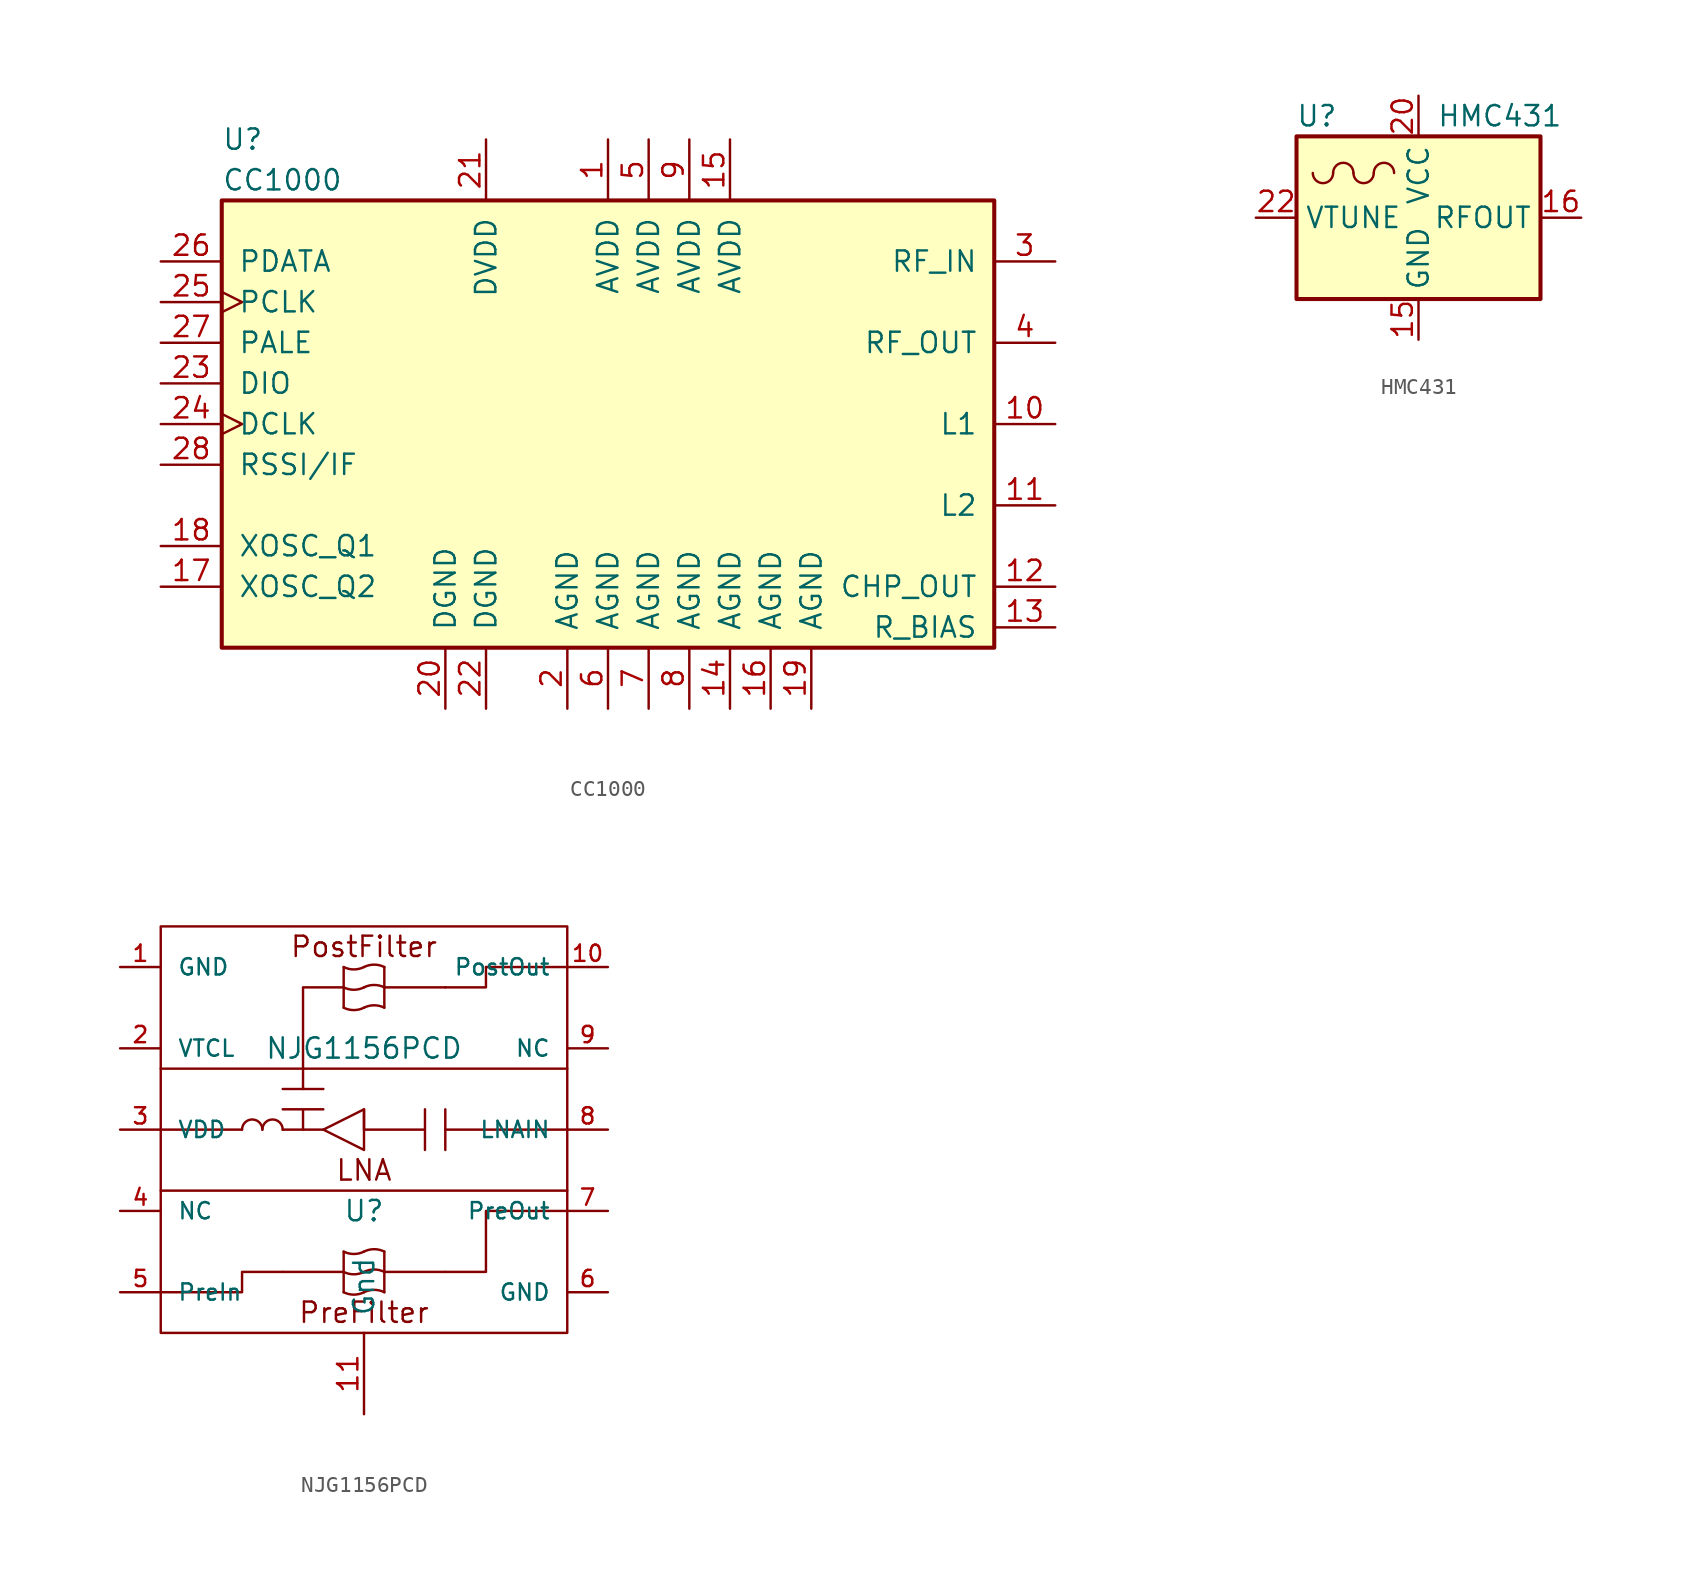
<source format=kicad_sym>
(kicad_symbol_lib
  (version 20211014)
  (generator kicad_symbol_editor)
  (symbol "CC1000"
    (pin_names
      (offset 1.016))
    (property "Reference" "U"
      (at -24.13 17.78 0)
      (effects (font (size 1.27 1.27)) (justify left)))
    (property "Value" "CC1000"
      (at -24.13 15.24 0)
      (effects (font (size 1.27 1.27)) (justify left)))
    (symbol "CC1000_0_1"
      (rectangle (start -24.13 13.97) (end 24.13 -13.97) (stroke (width 0.254) (type default) (color 0 0 0 0)) (fill (type background))))
    (symbol "CC1000_1_1"
      (pin power_in line (at 0 17.78 270) (length 3.81) (name "AVDD" (effects (font (size 1.27 1.27)))) (number "1" (effects (font (size 1.27 1.27)))))
      (pin passive line (at 27.94 0 180) (length 3.81) (name "L1" (effects (font (size 1.27 1.27)))) (number "10" (effects (font (size 1.27 1.27)))))
      (pin passive line (at 27.94 -5.08 180) (length 3.81) (name "L2" (effects (font (size 1.27 1.27)))) (number "11" (effects (font (size 1.27 1.27)))))
      (pin passive line (at 27.94 -10.16 180) (length 3.81) (name "CHP_OUT" (effects (font (size 1.27 1.27)))) (number "12" (effects (font (size 1.27 1.27)))))
      (pin passive line (at 27.94 -12.7 180) (length 3.81) (name "R_BIAS" (effects (font (size 1.27 1.27)))) (number "13" (effects (font (size 1.27 1.27)))))
      (pin power_in line (at 7.62 -17.78 90) (length 3.81) (name "AGND" (effects (font (size 1.27 1.27)))) (number "14" (effects (font (size 1.27 1.27)))))
      (pin power_in line (at 7.62 17.78 270) (length 3.81) (name "AVDD" (effects (font (size 1.27 1.27)))) (number "15" (effects (font (size 1.27 1.27)))))
      (pin power_in line (at 10.16 -17.78 90) (length 3.81) (name "AGND" (effects (font (size 1.27 1.27)))) (number "16" (effects (font (size 1.27 1.27)))))
      (pin passive line (at -27.94 -10.16 0) (length 3.81) (name "XOSC_Q2" (effects (font (size 1.27 1.27)))) (number "17" (effects (font (size 1.27 1.27)))))
      (pin passive line (at -27.94 -7.62 0) (length 3.81) (name "XOSC_Q1" (effects (font (size 1.27 1.27)))) (number "18" (effects (font (size 1.27 1.27)))))
      (pin power_in line (at 12.7 -17.78 90) (length 3.81) (name "AGND" (effects (font (size 1.27 1.27)))) (number "19" (effects (font (size 1.27 1.27)))))
      (pin power_in line (at -2.54 -17.78 90) (length 3.81) (name "AGND" (effects (font (size 1.27 1.27)))) (number "2" (effects (font (size 1.27 1.27)))))
      (pin power_in line (at -10.16 -17.78 90) (length 3.81) (name "DGND" (effects (font (size 1.27 1.27)))) (number "20" (effects (font (size 1.27 1.27)))))
      (pin power_in line (at -7.62 17.78 270) (length 3.81) (name "DVDD" (effects (font (size 1.27 1.27)))) (number "21" (effects (font (size 1.27 1.27)))))
      (pin power_in line (at -7.62 -17.78 90) (length 3.81) (name "DGND" (effects (font (size 1.27 1.27)))) (number "22" (effects (font (size 1.27 1.27)))))
      (pin bidirectional line (at -27.94 2.54 0) (length 3.81) (name "DIO" (effects (font (size 1.27 1.27)))) (number "23" (effects (font (size 1.27 1.27)))))
      (pin output clock (at -27.94 0 0) (length 3.81) (name "DCLK" (effects (font (size 1.27 1.27)))) (number "24" (effects (font (size 1.27 1.27)))))
      (pin input clock (at -27.94 7.62 0) (length 3.81) (name "PCLK" (effects (font (size 1.27 1.27)))) (number "25" (effects (font (size 1.27 1.27)))))
      (pin bidirectional line (at -27.94 10.16 0) (length 3.81) (name "PDATA" (effects (font (size 1.27 1.27)))) (number "26" (effects (font (size 1.27 1.27)))))
      (pin input line (at -27.94 5.08 0) (length 3.81) (name "PALE" (effects (font (size 1.27 1.27)))) (number "27" (effects (font (size 1.27 1.27)))))
      (pin passive line (at -27.94 -2.54 0) (length 3.81) (name "RSSI/IF" (effects (font (size 1.27 1.27)))) (number "28" (effects (font (size 1.27 1.27)))))
      (pin passive line (at 27.94 10.16 180) (length 3.81) (name "RF_IN" (effects (font (size 1.27 1.27)))) (number "3" (effects (font (size 1.27 1.27)))))
      (pin passive line (at 27.94 5.08 180) (length 3.81) (name "RF_OUT" (effects (font (size 1.27 1.27)))) (number "4" (effects (font (size 1.27 1.27)))))
      (pin power_in line (at 2.54 17.78 270) (length 3.81) (name "AVDD" (effects (font (size 1.27 1.27)))) (number "5" (effects (font (size 1.27 1.27)))))
      (pin power_in line (at 0 -17.78 90) (length 3.81) (name "AGND" (effects (font (size 1.27 1.27)))) (number "6" (effects (font (size 1.27 1.27)))))
      (pin power_in line (at 2.54 -17.78 90) (length 3.81) (name "AGND" (effects (font (size 1.27 1.27)))) (number "7" (effects (font (size 1.27 1.27)))))
      (pin power_in line (at 5.08 -17.78 90) (length 3.81) (name "AGND" (effects (font (size 1.27 1.27)))) (number "8" (effects (font (size 1.27 1.27)))))
      (pin power_in line (at 5.08 17.78 270) (length 3.81) (name "AVDD" (effects (font (size 1.27 1.27)))) (number "9" (effects (font (size 1.27 1.27)))))))
  (symbol "HMC431"
    (property "Reference" "U"
      (at -6.35 6.35 0)
      (effects (font (size 1.27 1.27))))
    (property "Value" "HMC431"
      (at 5.08 6.35 0)
      (effects (font (size 1.27 1.27))))
    (symbol "HMC431_0_1"
      (rectangle (start -7.62 5.08) (end 7.62 -5.08) (stroke (width 0.254) (type default) (color 0 0 0 0)) (fill (type background)))
      (arc (start -6.604 2.794) (mid -5.969 2.159) (end -5.334 2.794) (stroke (width 0) (type default) (color 0 0 0 0)) (fill (type none)))
      (arc (start -4.064 2.794) (mid -4.699 3.429) (end -5.334 2.794) (stroke (width 0) (type default) (color 0 0 0 0)) (fill (type none)))
      (arc (start -4.064 2.794) (mid -3.429 2.159) (end -2.794 2.794) (stroke (width 0) (type default) (color 0 0 0 0)) (fill (type none)))
      (arc (start -1.524 2.794) (mid -2.159 3.429) (end -2.794 2.794) (stroke (width 0) (type default) (color 0 0 0 0)) (fill (type none))))
    (symbol "HMC431_1_1"
      (pin no_connect line (at -7.62 5.08 0) (length 2.54) hide (name "NC" (effects (font (size 1.27 1.27)))) (number "1" (effects (font (size 1.27 1.27)))))
      (pin no_connect line (at 7.62 2.54 180) (length 2.54) hide (name "NC" (effects (font (size 1.27 1.27)))) (number "10" (effects (font (size 1.27 1.27)))))
      (pin no_connect line (at 5.08 2.54 180) (length 2.54) hide (name "NC" (effects (font (size 1.27 1.27)))) (number "11" (effects (font (size 1.27 1.27)))))
      (pin no_connect line (at 7.62 -2.54 180) (length 2.54) hide (name "NC" (effects (font (size 1.27 1.27)))) (number "12" (effects (font (size 1.27 1.27)))))
      (pin no_connect line (at 7.62 -5.08 180) (length 2.54) hide (name "NC" (effects (font (size 1.27 1.27)))) (number "13" (effects (font (size 1.27 1.27)))))
      (pin no_connect line (at 5.08 -5.08 90) (length 2.54) hide (name "NC" (effects (font (size 1.27 1.27)))) (number "14" (effects (font (size 1.27 1.27)))))
      (pin power_in line (at 0 -7.62 90) (length 2.54) (name "GND" (effects (font (size 1.27 1.27)))) (number "15" (effects (font (size 1.27 1.27)))))
      (pin output line (at 10.16 0 180) (length 2.54) (name "RFOUT" (effects (font (size 1.27 1.27)))) (number "16" (effects (font (size 1.27 1.27)))))
      (pin no_connect line (at 2.54 -5.08 90) (length 2.54) hide (name "NC" (effects (font (size 1.27 1.27)))) (number "17" (effects (font (size 1.27 1.27)))))
      (pin no_connect line (at -2.54 -5.08 90) (length 2.54) hide (name "NC" (effects (font (size 1.27 1.27)))) (number "18" (effects (font (size 1.27 1.27)))))
      (pin no_connect line (at -5.08 -5.08 90) (length 2.54) hide (name "NC" (effects (font (size 1.27 1.27)))) (number "19" (effects (font (size 1.27 1.27)))))
      (pin no_connect line (at -7.62 2.54 0) (length 2.54) hide (name "NC" (effects (font (size 1.27 1.27)))) (number "2" (effects (font (size 1.27 1.27)))))
      (pin power_in line (at 0 7.62 270) (length 2.54) (name "VCC" (effects (font (size 1.27 1.27)))) (number "20" (effects (font (size 1.27 1.27)))))
      (pin no_connect line (at -2.54 2.54 0) (length 2.54) hide (name "NC" (effects (font (size 1.27 1.27)))) (number "21" (effects (font (size 1.27 1.27)))))
      (pin input line (at -10.16 0 0) (length 2.54) (name "VTUNE" (effects (font (size 1.27 1.27)))) (number "22" (effects (font (size 1.27 1.27)))))
      (pin no_connect line (at -2.54 -2.54 0) (length 2.54) hide (name "NC" (effects (font (size 1.27 1.27)))) (number "23" (effects (font (size 1.27 1.27)))))
      (pin no_connect line (at 2.54 -2.54 180) (length 2.54) hide (name "NC" (effects (font (size 1.27 1.27)))) (number "24" (effects (font (size 1.27 1.27)))))
      (pin passive line (at 0 -7.62 90) (length 2.54) hide (name "GND" (effects (font (size 1.27 1.27)))) (number "25" (effects (font (size 1.27 1.27)))))
      (pin no_connect line (at -7.62 -2.54 0) (length 2.54) hide (name "NC" (effects (font (size 1.27 1.27)))) (number "3" (effects (font (size 1.27 1.27)))))
      (pin no_connect line (at -7.62 -5.08 0) (length 2.54) hide (name "NC" (effects (font (size 1.27 1.27)))) (number "4" (effects (font (size 1.27 1.27)))))
      (pin no_connect line (at -5.08 5.08 270) (length 2.54) hide (name "NC" (effects (font (size 1.27 1.27)))) (number "5" (effects (font (size 1.27 1.27)))))
      (pin no_connect line (at -2.54 5.08 270) (length 2.54) hide (name "NC" (effects (font (size 1.27 1.27)))) (number "6" (effects (font (size 1.27 1.27)))))
      (pin no_connect line (at 2.54 5.08 270) (length 2.54) hide (name "NC" (effects (font (size 1.27 1.27)))) (number "7" (effects (font (size 1.27 1.27)))))
      (pin no_connect line (at 5.08 5.08 270) (length 2.54) hide (name "NC" (effects (font (size 1.27 1.27)))) (number "8" (effects (font (size 1.27 1.27)))))
      (pin no_connect line (at 7.62 5.08 270) (length 2.54) hide (name "NC" (effects (font (size 1.27 1.27)))) (number "9" (effects (font (size 1.27 1.27)))))))
  (symbol "NJG1156PCD"
    (pin_names
      (offset 1.016))
    (property "Reference" "U"
      (at 0 -5.08 0)
      (effects (font (size 1.27 1.27))))
    (property "Value" "NJG1156PCD"
      (at 0 5.08 0)
      (effects (font (size 1.27 1.27))))
    (symbol "NJG1156PCD_0_0"
      (arc (start -6.35 0) (mid -6.985 0.635) (end -7.62 0) (stroke (width 0) (type default) (color 0 0 0 0)) (fill (type none)))
      (arc (start -5.08 0) (mid -5.715 0.635) (end -6.35 0) (stroke (width 0) (type default) (color 0 0 0 0)) (fill (type none)))
      (arc (start -1.27 -10.16) (mid -0.635 -10.3099) (end 0 -10.16) (stroke (width 0) (type default) (color 0 0 0 0)) (fill (type none)))
      (arc (start -1.27 -8.89) (mid -0.635 -9.0399) (end 0 -8.89) (stroke (width 0) (type default) (color 0 0 0 0)) (fill (type none)))
      (arc (start -1.27 -7.62) (mid -0.635 -7.7699) (end 0 -7.62) (stroke (width 0) (type default) (color 0 0 0 0)) (fill (type none)))
      (polyline (pts (xy -12.7 0) (xy -7.62 0)) (stroke (width 0) (type default) (color 0 0 0 0)) (fill (type none)))
      (polyline (pts (xy -5.08 2.54) (xy -2.54 2.54)) (stroke (width 0) (type default) (color 0 0 0 0)) (fill (type none)))
      (polyline (pts (xy -2.54 0) (xy -5.08 0)) (stroke (width 0) (type default) (color 0 0 0 0)) (fill (type none)))
      (polyline (pts (xy -1.27 -8.89) (xy -5.08 -8.89)) (stroke (width 0) (type default) (color 0 0 0 0)) (fill (type none)))
      (polyline (pts (xy -1.27 -7.62) (xy -1.27 -10.16)) (stroke (width 0) (type default) (color 0 0 0 0)) (fill (type none)))
      (polyline (pts (xy 1.27 -7.62) (xy 1.27 -10.16)) (stroke (width 0) (type default) (color 0 0 0 0)) (fill (type none)))
      (polyline (pts (xy 5.08 -8.89) (xy 1.27 -8.89)) (stroke (width 0) (type default) (color 0 0 0 0)) (fill (type none)))
      (polyline (pts (xy 5.08 0) (xy 12.7 0)) (stroke (width 0) (type default) (color 0 0 0 0)) (fill (type none)))
      (polyline (pts (xy 5.08 1.27) (xy 5.08 -1.27)) (stroke (width 0) (type default) (color 0 0 0 0)) (fill (type none)))
      (polyline (pts (xy 7.62 10.16) (xy 12.7 10.16)) (stroke (width 0) (type default) (color 0 0 0 0)) (fill (type none)))
      (polyline (pts (xy -3.81 2.54) (xy -3.81 8.89) (xy -1.27 8.89)) (stroke (width 0) (type default) (color 0 0 0 0)) (fill (type none)))
      (polyline (pts (xy 5.08 8.89) (xy 7.62 8.89) (xy 7.62 10.16)) (stroke (width 0) (type default) (color 0 0 0 0)) (fill (type none)))
      (polyline (pts (xy -12.7 -10.16) (xy -7.62 -10.16) (xy -7.62 -8.89) (xy -5.08 -8.89)) (stroke (width 0) (type default) (color 0 0 0 0)) (fill (type none)))
      (polyline (pts (xy -3.81 0) (xy -3.81 1.27) (xy -5.08 1.27) (xy -2.54 1.27)) (stroke (width 0) (type default) (color 0 0 0 0)) (fill (type none)))
      (polyline (pts (xy 0 1.27) (xy 0 -1.27) (xy -2.54 0) (xy 0 1.27)) (stroke (width 0) (type default) (color 0 0 0 0)) (fill (type none)))
      (polyline (pts (xy 5.08 -8.89) (xy 7.62 -8.89) (xy 7.62 -5.08) (xy 12.7 -5.08)) (stroke (width 0) (type default) (color 0 0 0 0)) (fill (type none)))
      (polyline (pts (xy 0 1.27) (xy 0 0) (xy 3.81 0) (xy 3.81 1.27) (xy 3.81 0) (xy 3.81 -1.27)) (stroke (width 0) (type default) (color 0 0 0 0)) (fill (type none)))
      (arc (start 1.27 -10.16) (mid 0.635 -10.0101) (end 0 -10.16) (stroke (width 0) (type default) (color 0 0 0 0)) (fill (type none)))
      (arc (start 1.27 -8.89) (mid 0.635 -8.7401) (end 0 -8.89) (stroke (width 0) (type default) (color 0 0 0 0)) (fill (type none)))
      (arc (start 1.27 -7.62) (mid 0.635 -7.4701) (end 0 -7.62) (stroke (width 0) (type default) (color 0 0 0 0)) (fill (type none)))
      (text "LNA" (at 0 -2.54 0) (effects (font (size 1.27 1.27))))
      (text "PreFilter" (at 0 -11.43 0) (effects (font (size 1.27 1.27))))
      (pin passive line (at -15.24 10.16 0) (length 2.54) (name "GND" (effects (font (size 1.016 1.016)))) (number "1" (effects (font (size 1.016 1.016)))))
      (pin passive line (at 15.24 10.16 180) (length 2.54) (name "PostOut" (effects (font (size 1.016 1.016)))) (number "10" (effects (font (size 1.016 1.016)))))
      (pin passive line (at -15.24 5.08 0) (length 2.54) (name "VTCL" (effects (font (size 1.016 1.016)))) (number "2" (effects (font (size 1.016 1.016)))))
      (pin passive line (at -15.24 0 0) (length 2.54) (name "VDD" (effects (font (size 1.016 1.016)))) (number "3" (effects (font (size 1.016 1.016)))))
      (pin passive line (at -15.24 -5.08 0) (length 2.54) (name "NC" (effects (font (size 1.016 1.016)))) (number "4" (effects (font (size 1.016 1.016)))))
      (pin passive line (at -15.24 -10.16 0) (length 2.54) (name "PreIn" (effects (font (size 1.016 1.016)))) (number "5" (effects (font (size 1.016 1.016)))))
      (pin passive line (at 15.24 -10.16 180) (length 2.54) (name "GND" (effects (font (size 1.016 1.016)))) (number "6" (effects (font (size 1.016 1.016)))))
      (pin passive line (at 15.24 -5.08 180) (length 2.54) (name "PreOut" (effects (font (size 1.016 1.016)))) (number "7" (effects (font (size 1.016 1.016)))))
      (pin passive line (at 15.24 0 180) (length 2.54) (name "LNAIN" (effects (font (size 1.016 1.016)))) (number "8" (effects (font (size 1.016 1.016)))))
      (pin passive line (at 15.24 5.08 180) (length 2.54) (name "NC" (effects (font (size 1.016 1.016)))) (number "9" (effects (font (size 1.016 1.016))))))
    (symbol "NJG1156PCD_0_1"
      (rectangle (start -12.7 12.7) (end 12.7 -12.7) (stroke (width 0) (type default) (color 0 0 0 0)) (fill (type none)))
      (polyline (pts (xy -12.7 -3.81) (xy 12.7 -3.81)) (stroke (width 0) (type default) (color 0 0 0 0)) (fill (type none)))
      (polyline (pts (xy -12.7 3.81) (xy 12.7 3.81)) (stroke (width 0) (type default) (color 0 0 0 0)) (fill (type none))))
    (symbol "NJG1156PCD_1_1"
      (arc (start -1.27 7.62) (mid -0.635 7.4701) (end 0 7.62) (stroke (width 0) (type default) (color 0 0 0 0)) (fill (type none)))
      (arc (start -1.27 8.89) (mid -0.635 8.7401) (end 0 8.89) (stroke (width 0) (type default) (color 0 0 0 0)) (fill (type none)))
      (arc (start -1.27 10.16) (mid -0.635 10.0101) (end 0 10.16) (stroke (width 0) (type default) (color 0 0 0 0)) (fill (type none)))
      (polyline (pts (xy -1.27 10.16) (xy -1.27 7.62)) (stroke (width 0) (type default) (color 0 0 0 0)) (fill (type none)))
      (polyline (pts (xy 1.27 10.16) (xy 1.27 7.62)) (stroke (width 0) (type default) (color 0 0 0 0)) (fill (type none)))
      (polyline (pts (xy 5.08 8.89) (xy 1.27 8.89)) (stroke (width 0) (type default) (color 0 0 0 0)) (fill (type none)))
      (arc (start 1.27 7.62) (mid 0.635 7.7699) (end 0 7.62) (stroke (width 0) (type default) (color 0 0 0 0)) (fill (type none)))
      (arc (start 1.27 8.89) (mid 0.635 9.0399) (end 0 8.89) (stroke (width 0) (type default) (color 0 0 0 0)) (fill (type none)))
      (arc (start 1.27 10.16) (mid 0.635 10.3099) (end 0 10.16) (stroke (width 0) (type default) (color 0 0 0 0)) (fill (type none)))
      (text "PostFilter" (at 0 11.43 0) (effects (font (size 1.27 1.27))))
      (pin input line (at 0 -17.78 90) (length 5.08) (name "Gnd" (effects (font (size 1.27 1.27)))) (number "11" (effects (font (size 1.27 1.27))))))))
</source>
